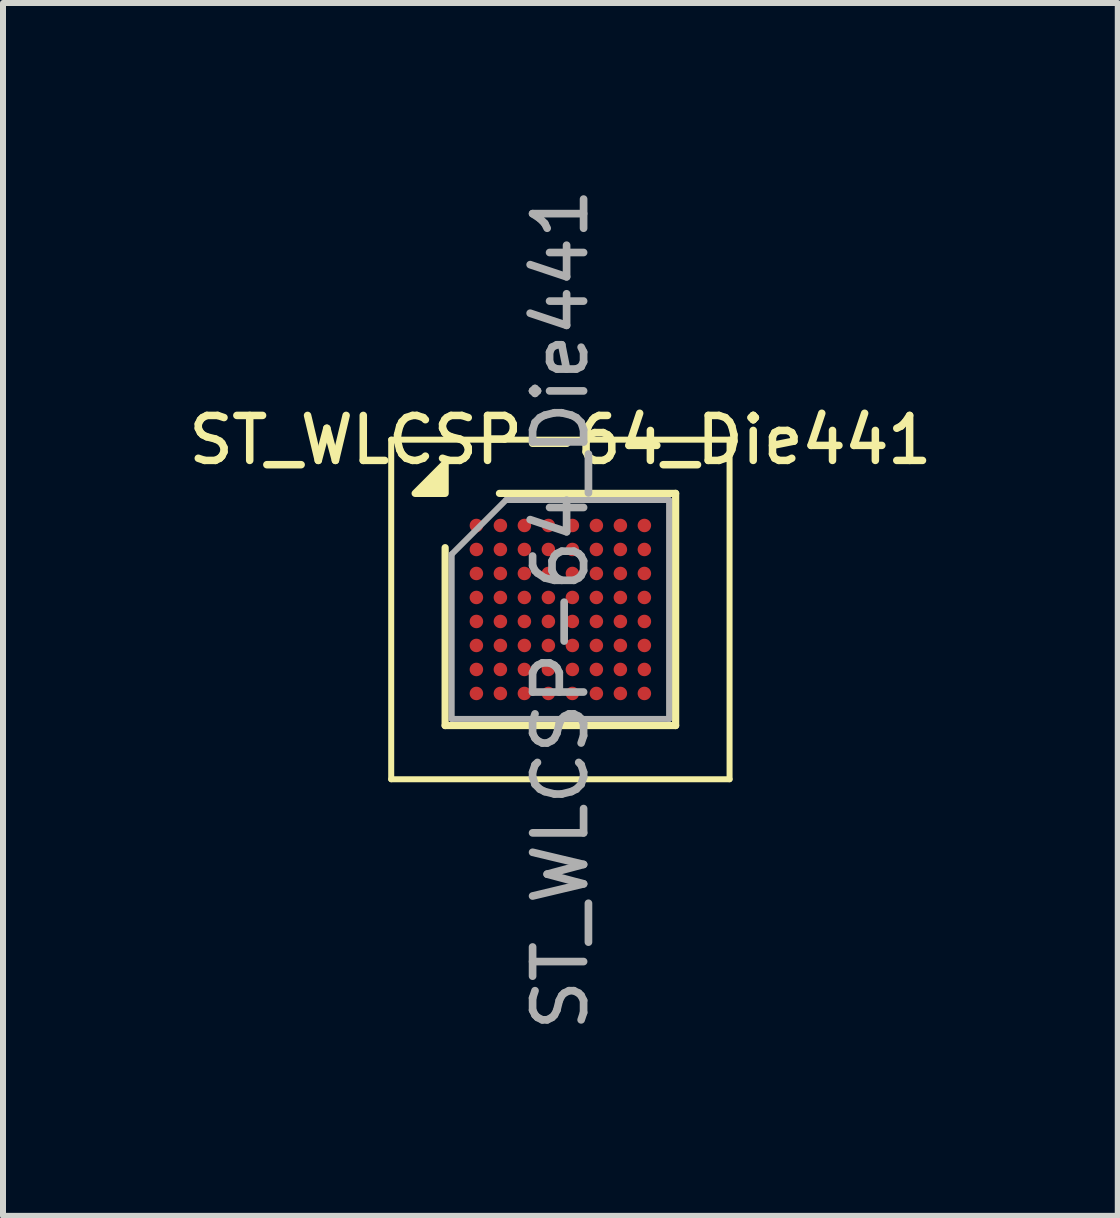
<source format=kicad_pcb>
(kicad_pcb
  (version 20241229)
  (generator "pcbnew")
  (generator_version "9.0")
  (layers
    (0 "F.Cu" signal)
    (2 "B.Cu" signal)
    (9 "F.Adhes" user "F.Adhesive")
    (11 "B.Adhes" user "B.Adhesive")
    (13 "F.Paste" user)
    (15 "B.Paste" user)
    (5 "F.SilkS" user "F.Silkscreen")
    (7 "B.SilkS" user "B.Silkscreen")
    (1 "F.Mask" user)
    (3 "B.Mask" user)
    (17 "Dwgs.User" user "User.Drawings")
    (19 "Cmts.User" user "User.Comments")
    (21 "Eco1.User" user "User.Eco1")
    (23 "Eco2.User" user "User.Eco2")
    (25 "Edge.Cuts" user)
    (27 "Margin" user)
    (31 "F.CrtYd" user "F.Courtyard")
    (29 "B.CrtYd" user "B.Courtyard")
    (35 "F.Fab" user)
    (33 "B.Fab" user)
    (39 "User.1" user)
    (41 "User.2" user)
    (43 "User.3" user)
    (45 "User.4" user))
  (footprint "ST_WLCSP-64_Die441"
    (layer "F.Cu")
    (at 6.291 7.109)
    (property "Reference" "ST_WLCSP-64_Die441" (at 0 -2.825 0) (layer "F.SilkS") (effects (font (size 0.75 0.75) (thickness 0.125))))
    (attr smd)
    (fp_line (start -2.82 -2.83) (end -2.82 2.83) (stroke (width 0.1) (type solid)) (layer "F.SilkS"))
    (fp_line (start -2.82 2.83) (end 2.82 2.83) (stroke (width 0.1) (type solid)) (layer "F.SilkS"))
    (fp_line (start -1.921 1.935) (end -1.921 -1.03) (stroke (width 0.12) (type solid)) (layer "F.SilkS"))
    (fp_line (start -1.016 -1.935) (end 1.921 -1.935) (stroke (width 0.12) (type solid)) (layer "F.SilkS"))
    (fp_line (start 1.921 -1.935) (end 1.921 1.935) (stroke (width 0.12) (type solid)) (layer "F.SilkS"))
    (fp_line (start 1.921 1.935) (end -1.921 1.935) (stroke (width 0.12) (type solid)) (layer "F.SilkS"))
    (fp_line (start 2.82 -2.83) (end -2.82 -2.83) (stroke (width 0.1) (type solid)) (layer "F.SilkS"))
    (fp_line (start 2.82 2.83) (end 2.82 -2.83) (stroke (width 0.1) (type solid)) (layer "F.SilkS"))
    (fp_poly (pts (xy -1.921 -1.935) (xy -2.421 -1.935) (xy -1.921 -2.436) (xy -1.921 -1.935)) (stroke (width 0.12) (type solid)) (fill yes) (layer "F.SilkS"))
    (fp_line (start -1.812 -0.92) (end -0.906 -1.825) (stroke (width 0.1) (type solid)) (layer "F.Fab"))
    (fp_line (start -1.812 1.825) (end -1.812 -0.92) (stroke (width 0.1) (type solid)) (layer "F.Fab"))
    (fp_line (start -0.906 -1.825) (end 1.812 -1.825) (stroke (width 0.1) (type solid)) (layer "F.Fab"))
    (fp_line (start 1.812 -1.825) (end 1.812 1.825) (stroke (width 0.1) (type solid)) (layer "F.Fab"))
    (fp_line (start 1.812 1.825) (end -1.812 1.825) (stroke (width 0.1) (type solid)) (layer "F.Fab"))
    (fp_text user "${REFERENCE}" (at 0 0 270) (layer "F.Fab") (effects (font (size 0.85 0.85) (thickness 0.128))))
    (pad "A1" smd circle (at -1.4 -1.4) (size 0.225 0.225) (property pad_prop_bga) (layers "F.Cu" "F.Mask" "F.Paste"))
    (pad "A2" smd circle (at -1 -1.4) (size 0.225 0.225) (property pad_prop_bga) (layers "F.Cu" "F.Mask" "F.Paste"))
    (pad "A3" smd circle (at -0.6 -1.4) (size 0.225 0.225) (property pad_prop_bga) (layers "F.Cu" "F.Mask" "F.Paste"))
    (pad "A4" smd circle (at -0.2 -1.4) (size 0.225 0.225) (property pad_prop_bga) (layers "F.Cu" "F.Mask" "F.Paste"))
    (pad "A5" smd circle (at 0.2 -1.4) (size 0.225 0.225) (property pad_prop_bga) (layers "F.Cu" "F.Mask" "F.Paste"))
    (pad "A6" smd circle (at 0.6 -1.4) (size 0.225 0.225) (property pad_prop_bga) (layers "F.Cu" "F.Mask" "F.Paste"))
    (pad "A7" smd circle (at 1 -1.4) (size 0.225 0.225) (property pad_prop_bga) (layers "F.Cu" "F.Mask" "F.Paste"))
    (pad "A8" smd circle (at 1.4 -1.4) (size 0.225 0.225) (property pad_prop_bga) (layers "F.Cu" "F.Mask" "F.Paste"))
    (pad "B1" smd circle (at -1.4 -1) (size 0.225 0.225) (property pad_prop_bga) (layers "F.Cu" "F.Mask" "F.Paste"))
    (pad "B2" smd circle (at -1 -1) (size 0.225 0.225) (property pad_prop_bga) (layers "F.Cu" "F.Mask" "F.Paste"))
    (pad "B3" smd circle (at -0.6 -1) (size 0.225 0.225) (property pad_prop_bga) (layers "F.Cu" "F.Mask" "F.Paste"))
    (pad "B4" smd circle (at -0.2 -1) (size 0.225 0.225) (property pad_prop_bga) (layers "F.Cu" "F.Mask" "F.Paste"))
    (pad "B5" smd circle (at 0.2 -1) (size 0.225 0.225) (property pad_prop_bga) (layers "F.Cu" "F.Mask" "F.Paste"))
    (pad "B6" smd circle (at 0.6 -1) (size 0.225 0.225) (property pad_prop_bga) (layers "F.Cu" "F.Mask" "F.Paste"))
    (pad "B7" smd circle (at 1 -1) (size 0.225 0.225) (property pad_prop_bga) (layers "F.Cu" "F.Mask" "F.Paste"))
    (pad "B8" smd circle (at 1.4 -1) (size 0.225 0.225) (property pad_prop_bga) (layers "F.Cu" "F.Mask" "F.Paste"))
    (pad "C1" smd circle (at -1.4 -0.6) (size 0.225 0.225) (property pad_prop_bga) (layers "F.Cu" "F.Mask" "F.Paste"))
    (pad "C2" smd circle (at -1 -0.6) (size 0.225 0.225) (property pad_prop_bga) (layers "F.Cu" "F.Mask" "F.Paste"))
    (pad "C3" smd circle (at -0.6 -0.6) (size 0.225 0.225) (property pad_prop_bga) (layers "F.Cu" "F.Mask" "F.Paste"))
    (pad "C4" smd circle (at -0.2 -0.6) (size 0.225 0.225) (property pad_prop_bga) (layers "F.Cu" "F.Mask" "F.Paste"))
    (pad "C5" smd circle (at 0.2 -0.6) (size 0.225 0.225) (property pad_prop_bga) (layers "F.Cu" "F.Mask" "F.Paste"))
    (pad "C6" smd circle (at 0.6 -0.6) (size 0.225 0.225) (property pad_prop_bga) (layers "F.Cu" "F.Mask" "F.Paste"))
    (pad "C7" smd circle (at 1 -0.6) (size 0.225 0.225) (property pad_prop_bga) (layers "F.Cu" "F.Mask" "F.Paste"))
    (pad "C8" smd circle (at 1.4 -0.6) (size 0.225 0.225) (property pad_prop_bga) (layers "F.Cu" "F.Mask" "F.Paste"))
    (pad "D1" smd circle (at -1.4 -0.2) (size 0.225 0.225) (property pad_prop_bga) (layers "F.Cu" "F.Mask" "F.Paste"))
    (pad "D2" smd circle (at -1 -0.2) (size 0.225 0.225) (property pad_prop_bga) (layers "F.Cu" "F.Mask" "F.Paste"))
    (pad "D3" smd circle (at -0.6 -0.2) (size 0.225 0.225) (property pad_prop_bga) (layers "F.Cu" "F.Mask" "F.Paste"))
    (pad "D4" smd circle (at -0.2 -0.2) (size 0.225 0.225) (property pad_prop_bga) (layers "F.Cu" "F.Mask" "F.Paste"))
    (pad "D5" smd circle (at 0.2 -0.2) (size 0.225 0.225) (property pad_prop_bga) (layers "F.Cu" "F.Mask" "F.Paste"))
    (pad "D6" smd circle (at 0.6 -0.2) (size 0.225 0.225) (property pad_prop_bga) (layers "F.Cu" "F.Mask" "F.Paste"))
    (pad "D7" smd circle (at 1 -0.2) (size 0.225 0.225) (property pad_prop_bga) (layers "F.Cu" "F.Mask" "F.Paste"))
    (pad "D8" smd circle (at 1.4 -0.2) (size 0.225 0.225) (property pad_prop_bga) (layers "F.Cu" "F.Mask" "F.Paste"))
    (pad "E1" smd circle (at -1.4 0.2) (size 0.225 0.225) (property pad_prop_bga) (layers "F.Cu" "F.Mask" "F.Paste"))
    (pad "E2" smd circle (at -1 0.2) (size 0.225 0.225) (property pad_prop_bga) (layers "F.Cu" "F.Mask" "F.Paste"))
    (pad "E3" smd circle (at -0.6 0.2) (size 0.225 0.225) (property pad_prop_bga) (layers "F.Cu" "F.Mask" "F.Paste"))
    (pad "E4" smd circle (at -0.2 0.2) (size 0.225 0.225) (property pad_prop_bga) (layers "F.Cu" "F.Mask" "F.Paste"))
    (pad "E5" smd circle (at 0.2 0.2) (size 0.225 0.225) (property pad_prop_bga) (layers "F.Cu" "F.Mask" "F.Paste"))
    (pad "E6" smd circle (at 0.6 0.2) (size 0.225 0.225) (property pad_prop_bga) (layers "F.Cu" "F.Mask" "F.Paste"))
    (pad "E7" smd circle (at 1 0.2) (size 0.225 0.225) (property pad_prop_bga) (layers "F.Cu" "F.Mask" "F.Paste"))
    (pad "E8" smd circle (at 1.4 0.2) (size 0.225 0.225) (property pad_prop_bga) (layers "F.Cu" "F.Mask" "F.Paste"))
    (pad "F1" smd circle (at -1.4 0.6) (size 0.225 0.225) (property pad_prop_bga) (layers "F.Cu" "F.Mask" "F.Paste"))
    (pad "F2" smd circle (at -1 0.6) (size 0.225 0.225) (property pad_prop_bga) (layers "F.Cu" "F.Mask" "F.Paste"))
    (pad "F3" smd circle (at -0.6 0.6) (size 0.225 0.225) (property pad_prop_bga) (layers "F.Cu" "F.Mask" "F.Paste"))
    (pad "F4" smd circle (at -0.2 0.6) (size 0.225 0.225) (property pad_prop_bga) (layers "F.Cu" "F.Mask" "F.Paste"))
    (pad "F5" smd circle (at 0.2 0.6) (size 0.225 0.225) (property pad_prop_bga) (layers "F.Cu" "F.Mask" "F.Paste"))
    (pad "F6" smd circle (at 0.6 0.6) (size 0.225 0.225) (property pad_prop_bga) (layers "F.Cu" "F.Mask" "F.Paste"))
    (pad "F7" smd circle (at 1 0.6) (size 0.225 0.225) (property pad_prop_bga) (layers "F.Cu" "F.Mask" "F.Paste"))
    (pad "F8" smd circle (at 1.4 0.6) (size 0.225 0.225) (property pad_prop_bga) (layers "F.Cu" "F.Mask" "F.Paste"))
    (pad "G1" smd circle (at -1.4 1) (size 0.225 0.225) (property pad_prop_bga) (layers "F.Cu" "F.Mask" "F.Paste"))
    (pad "G2" smd circle (at -1 1) (size 0.225 0.225) (property pad_prop_bga) (layers "F.Cu" "F.Mask" "F.Paste"))
    (pad "G3" smd circle (at -0.6 1) (size 0.225 0.225) (property pad_prop_bga) (layers "F.Cu" "F.Mask" "F.Paste"))
    (pad "G4" smd circle (at -0.2 1) (size 0.225 0.225) (property pad_prop_bga) (layers "F.Cu" "F.Mask" "F.Paste"))
    (pad "G5" smd circle (at 0.2 1) (size 0.225 0.225) (property pad_prop_bga) (layers "F.Cu" "F.Mask" "F.Paste"))
    (pad "G6" smd circle (at 0.6 1) (size 0.225 0.225) (property pad_prop_bga) (layers "F.Cu" "F.Mask" "F.Paste"))
    (pad "G7" smd circle (at 1 1) (size 0.225 0.225) (property pad_prop_bga) (layers "F.Cu" "F.Mask" "F.Paste"))
    (pad "G8" smd circle (at 1.4 1) (size 0.225 0.225) (property pad_prop_bga) (layers "F.Cu" "F.Mask" "F.Paste"))
    (pad "H1" smd circle (at -1.4 1.4) (size 0.225 0.225) (property pad_prop_bga) (layers "F.Cu" "F.Mask" "F.Paste"))
    (pad "H2" smd circle (at -1 1.4) (size 0.225 0.225) (property pad_prop_bga) (layers "F.Cu" "F.Mask" "F.Paste"))
    (pad "H3" smd circle (at -0.6 1.4) (size 0.225 0.225) (property pad_prop_bga) (layers "F.Cu" "F.Mask" "F.Paste"))
    (pad "H4" smd circle (at -0.2 1.4) (size 0.225 0.225) (property pad_prop_bga) (layers "F.Cu" "F.Mask" "F.Paste"))
    (pad "H5" smd circle (at 0.2 1.4) (size 0.225 0.225) (property pad_prop_bga) (layers "F.Cu" "F.Mask" "F.Paste"))
    (pad "H6" smd circle (at 0.6 1.4) (size 0.225 0.225) (property pad_prop_bga) (layers "F.Cu" "F.Mask" "F.Paste"))
    (pad "H7" smd circle (at 1 1.4) (size 0.225 0.225) (property pad_prop_bga) (layers "F.Cu" "F.Mask" "F.Paste"))
    (pad "H8" smd circle (at 1.4 1.4) (size 0.225 0.225) (property pad_prop_bga) (layers "F.Cu" "F.Mask" "F.Paste")))
  (gr_rect
    (start -3 -3)
    (end 15.582 17.217)
    (stroke (width 0.1) (type default))
    (fill no)
    (layer "Edge.Cuts")))
</source>
